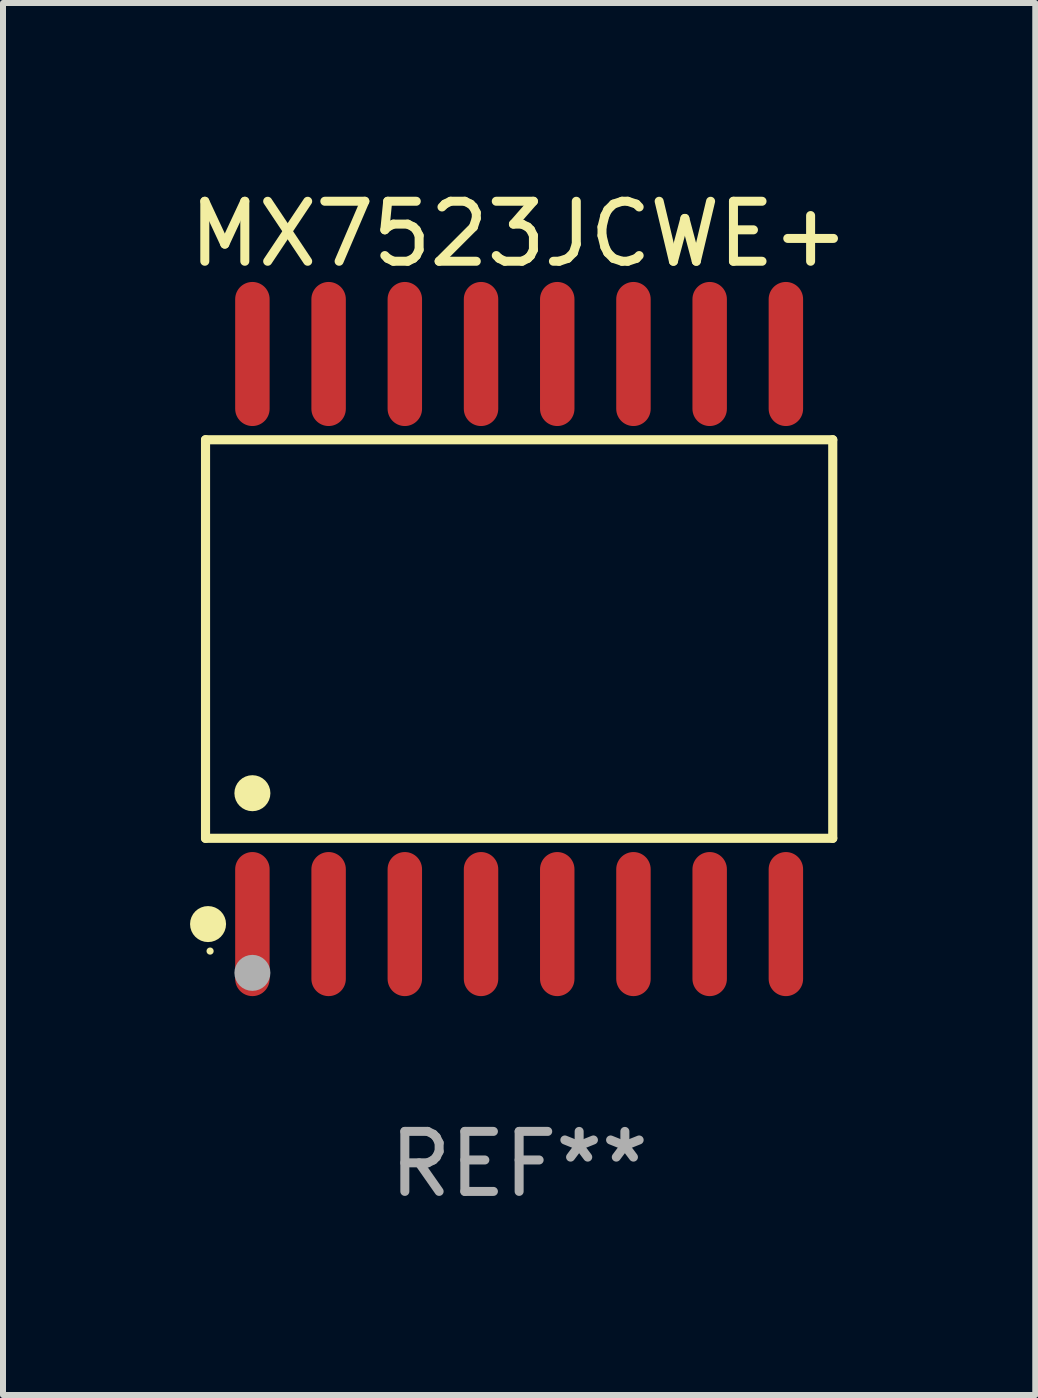
<source format=kicad_pcb>
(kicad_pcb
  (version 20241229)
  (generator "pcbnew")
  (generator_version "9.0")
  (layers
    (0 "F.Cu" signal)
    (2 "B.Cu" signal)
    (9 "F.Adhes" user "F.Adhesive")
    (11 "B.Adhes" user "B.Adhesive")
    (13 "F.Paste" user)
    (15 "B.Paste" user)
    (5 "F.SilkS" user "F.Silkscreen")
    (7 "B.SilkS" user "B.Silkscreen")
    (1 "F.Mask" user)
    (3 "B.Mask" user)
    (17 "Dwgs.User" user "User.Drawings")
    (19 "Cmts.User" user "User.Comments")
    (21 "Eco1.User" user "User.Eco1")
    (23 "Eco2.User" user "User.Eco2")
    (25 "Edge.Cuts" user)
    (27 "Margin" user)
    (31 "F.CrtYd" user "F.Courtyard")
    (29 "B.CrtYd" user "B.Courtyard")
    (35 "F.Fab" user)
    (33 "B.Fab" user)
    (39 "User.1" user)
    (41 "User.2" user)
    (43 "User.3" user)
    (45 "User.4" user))
  (footprint "MX7523JCWE+"
    (layer "F.Cu")
    (at 5.601 7.599)
    (property "Reference" "MX7523JCWE+" (at 0 -6.75 0) (layer "F.SilkS") (effects (font (size 1 1) (thickness 0.15))))
    (attr through_hole)
    (fp_line (start -5.226 -3.321) (end 5.226 -3.321) (stroke (width 0.152) (type solid)) (layer "F.SilkS"))
    (fp_line (start -5.226 3.321) (end -5.226 -3.321) (stroke (width 0.152) (type solid)) (layer "F.SilkS"))
    (fp_line (start 5.226 -3.321) (end 5.226 3.321) (stroke (width 0.152) (type solid)) (layer "F.SilkS"))
    (fp_line (start 5.226 3.321) (end -5.226 3.321) (stroke (width 0.152) (type solid)) (layer "F.SilkS"))
    (fp_circle (center -5.184 4.75) (end -5.034 4.75) (stroke (width 0.3) (type solid)) (fill no) (layer "F.SilkS"))
    (fp_circle (center -5.15 5.2) (end -5.12 5.2) (stroke (width 0.06) (type solid)) (fill no) (layer "F.SilkS"))
    (fp_circle (center -4.445 2.569) (end -4.295 2.569) (stroke (width 0.3) (type solid)) (fill no) (layer "F.SilkS"))
    (fp_circle (center -4.445 5.563) (end -4.295 5.563) (stroke (width 0.3) (type solid)) (fill no) (layer "F.Fab"))
    (fp_text user "REF**" (at 0 8.75 0) (layer "F.Fab") (effects (font (size 1 1) (thickness 0.15))))
    (pad "1" smd oval (at -4.445 4.75) (size 0.574 2.401) (layers "F.Cu" "F.Mask" "F.Paste"))
    (pad "2" smd oval (at -3.175 4.75) (size 0.574 2.401) (layers "F.Cu" "F.Mask" "F.Paste"))
    (pad "3" smd oval (at -1.905 4.75) (size 0.574 2.401) (layers "F.Cu" "F.Mask" "F.Paste"))
    (pad "4" smd oval (at -0.635 4.75) (size 0.574 2.401) (layers "F.Cu" "F.Mask" "F.Paste"))
    (pad "5" smd oval (at 0.635 4.75) (size 0.574 2.401) (layers "F.Cu" "F.Mask" "F.Paste"))
    (pad "6" smd oval (at 1.905 4.75) (size 0.574 2.401) (layers "F.Cu" "F.Mask" "F.Paste"))
    (pad "7" smd oval (at 3.175 4.75) (size 0.574 2.401) (layers "F.Cu" "F.Mask" "F.Paste"))
    (pad "8" smd oval (at 4.445 4.75) (size 0.574 2.401) (layers "F.Cu" "F.Mask" "F.Paste"))
    (pad "9" smd oval (at 4.445 -4.75) (size 0.574 2.401) (layers "F.Cu" "F.Mask" "F.Paste"))
    (pad "10" smd oval (at 3.175 -4.75) (size 0.574 2.401) (layers "F.Cu" "F.Mask" "F.Paste"))
    (pad "11" smd oval (at 1.905 -4.75) (size 0.574 2.401) (layers "F.Cu" "F.Mask" "F.Paste"))
    (pad "12" smd oval (at 0.635 -4.75) (size 0.574 2.401) (layers "F.Cu" "F.Mask" "F.Paste"))
    (pad "13" smd oval (at -0.635 -4.75) (size 0.574 2.401) (layers "F.Cu" "F.Mask" "F.Paste"))
    (pad "14" smd oval (at -1.905 -4.75) (size 0.574 2.401) (layers "F.Cu" "F.Mask" "F.Paste"))
    (pad "15" smd oval (at -3.175 -4.75) (size 0.574 2.401) (layers "F.Cu" "F.Mask" "F.Paste"))
    (pad "16" smd oval (at -4.445 -4.75) (size 0.574 2.401) (layers "F.Cu" "F.Mask" "F.Paste")))
  (gr_rect
    (start -3 -3)
    (end 14.202 20.197)
    (stroke (width 0.1) (type default))
    (fill no)
    (layer "Edge.Cuts")))
</source>
